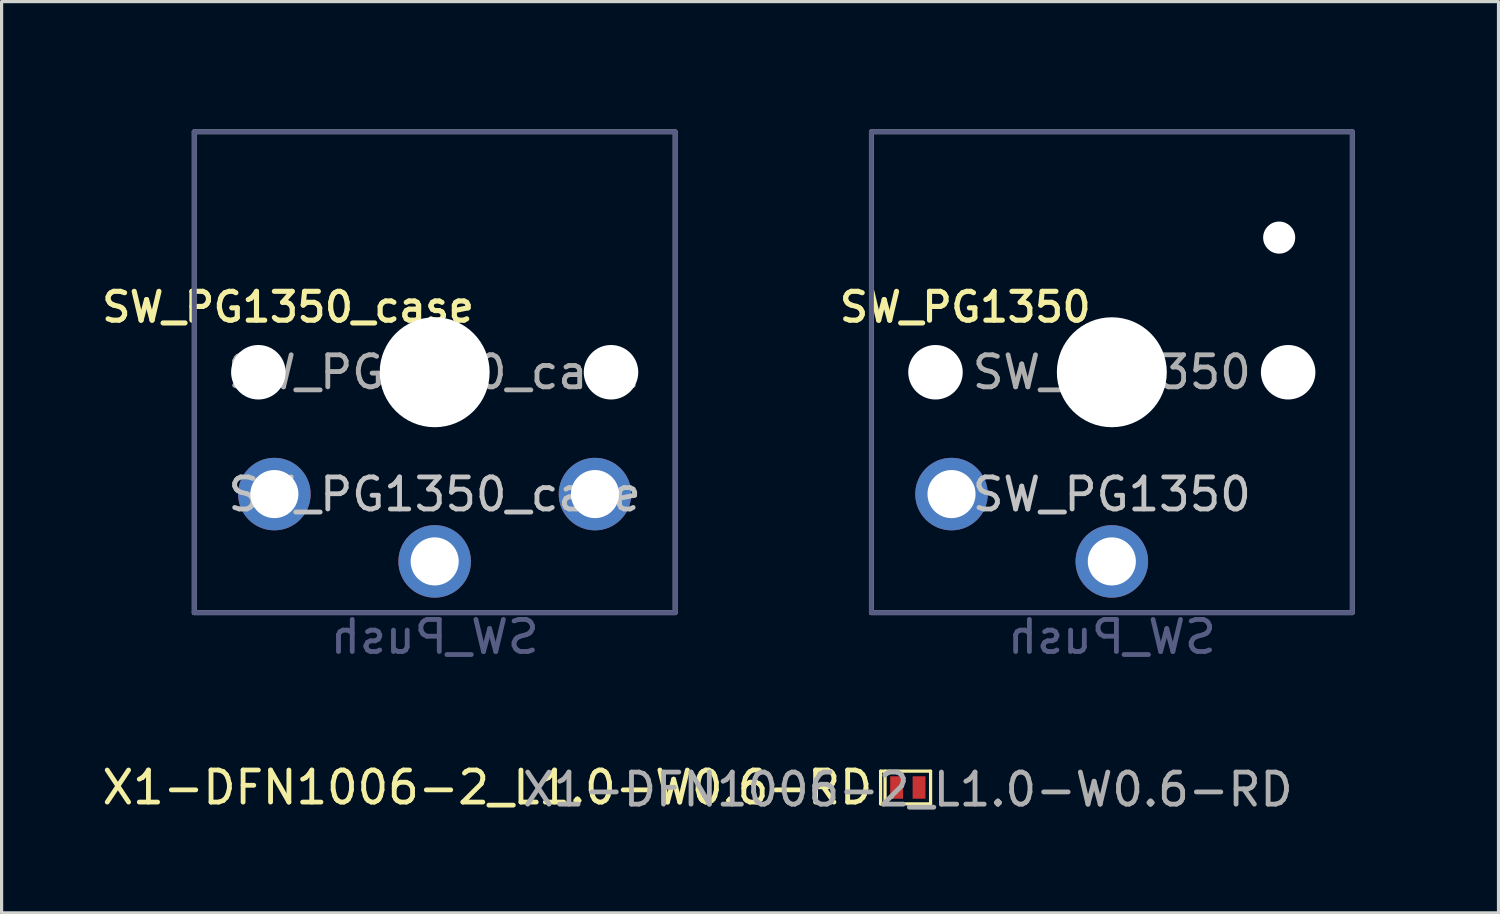
<source format=kicad_pcb>
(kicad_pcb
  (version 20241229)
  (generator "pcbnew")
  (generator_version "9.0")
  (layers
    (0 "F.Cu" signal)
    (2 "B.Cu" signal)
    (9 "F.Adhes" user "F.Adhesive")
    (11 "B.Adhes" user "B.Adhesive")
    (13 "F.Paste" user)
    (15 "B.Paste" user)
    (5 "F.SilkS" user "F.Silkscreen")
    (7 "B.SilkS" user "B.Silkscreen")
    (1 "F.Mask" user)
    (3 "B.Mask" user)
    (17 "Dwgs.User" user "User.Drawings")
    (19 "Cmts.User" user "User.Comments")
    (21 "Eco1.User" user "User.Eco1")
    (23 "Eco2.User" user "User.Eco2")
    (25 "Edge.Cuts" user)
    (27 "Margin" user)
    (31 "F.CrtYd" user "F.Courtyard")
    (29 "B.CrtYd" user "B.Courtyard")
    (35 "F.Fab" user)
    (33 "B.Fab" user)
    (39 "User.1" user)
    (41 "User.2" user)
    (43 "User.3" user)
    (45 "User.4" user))
  (footprint "X1-DFN1006-2_L1.0-W0.6-RD"
    (layer "F.Cu")
    (at 25.266 21.513)
    (property "Reference" "X1-DFN1006-2_L1.0-W0.6-RD" (at -1.016 0 0) (unlocked yes) (layer "F.SilkS") (effects (font (size 1 1) (thickness 0.15)) (justify right)))
    (attr smd)
    (fp_line (start -0.85 -0.51) (end -0.85 0.51) (stroke (width 0.1) (type solid)) (layer "F.SilkS"))
    (fp_line (start -0.85 -0.51) (end 0.71 -0.51) (stroke (width 0.1) (type solid)) (layer "F.SilkS"))
    (fp_line (start -0.85 0.51) (end 0.71 0.51) (stroke (width 0.1) (type solid)) (layer "F.SilkS"))
    (fp_line (start -0.71 -0.51) (end -0.71 0.51) (stroke (width 0.1) (type solid)) (layer "F.SilkS"))
    (fp_line (start 0.71 -0.51) (end 0.71 0.51) (stroke (width 0.1) (type solid)) (layer "F.SilkS"))
    (fp_circle (center -0.5 0.3) (end -0.47 0.3) (stroke (width 0.06) (type solid)) (fill no) (layer "F.Fab"))
    (fp_text user "${REFERENCE}" (at 0 0.064 0) (layer "F.Fab") (effects (font (size 1 1) (thickness 0.15))))
    (pad "1" smd rect (at -0.35 0) (size 0.4 0.7) (layers "F.Cu" "F.Mask" "F.Paste"))
    (pad "2" smd rect (at 0.35 0) (size 0.4 0.7) (layers "F.Cu" "F.Mask" "F.Paste")))
  (footprint "SW_PG1350_case"
    (layer "F.Cu")
    (at 10.508 8.561)
    (property "Reference" "SW_PG1350_case" (at 0 3.81 180) (layer "Dwgs.User") (effects (font (size 1 1) (thickness 0.15))))
    (property "Value" "SW_Push" (at -0.07 8.17 180) (layer "Dwgs.User") (hide yes) (effects (font (size 1 1) (thickness 0.15))))
    (attr through_hole exclude_from_pos_files)
    (fp_line (start -9 8.136) (end -8.994 -8.1) (stroke (width 0.12) (type solid)) (layer "Eco1.User"))
    (fp_line (start -8.63 -8.5) (end 8.6 -8.5) (stroke (width 0.12) (type solid)) (layer "Eco1.User"))
    (fp_line (start -8.6 8.5) (end 8.636 8.5) (stroke (width 0.12) (type solid)) (layer "Eco1.User"))
    (fp_line (start -2.6 -3.1) (end -2.6 -6.3) (stroke (width 0.15) (type solid)) (layer "Eco1.User"))
    (fp_line (start -2.6 -3.1) (end 2.6 -3.1) (stroke (width 0.15) (type solid)) (layer "Eco1.User"))
    (fp_line (start 2.6 -6.3) (end -2.6 -6.3) (stroke (width 0.15) (type solid)) (layer "Eco1.User"))
    (fp_line (start 2.6 -3.1) (end 2.6 -6.3) (stroke (width 0.15) (type solid)) (layer "Eco1.User"))
    (fp_line (start 9 8.1) (end 9 -8.136) (stroke (width 0.12) (type solid)) (layer "Eco1.User"))
    (fp_arc (start -8.994011 -8.099594) (mid -8.898745 -8.378652) (end -8.63 -8.5) (stroke (width 0.12) (type solid)) (layer "Eco1.User"))
    (fp_arc (start -8.6 8.49968) (mid -8.879058 8.404414) (end -9.000406 8.135669) (stroke (width 0.12) (type solid)) (layer "Eco1.User"))
    (fp_arc (start 8.599915 -8.5) (mid 8.878978 -8.404734) (end 9.000321 -8.135989) (stroke (width 0.12) (type solid)) (layer "Eco1.User"))
    (fp_arc (start 9 8.1) (mid 8.904724 8.37905) (end 8.635989 8.500406) (stroke (width 0.12) (type solid)) (layer "Eco1.User"))
    (fp_line (start -7.5 -7.5) (end 7.5 -7.5) (stroke (width 0.15) (type solid)) (layer "B.Fab"))
    (fp_line (start -7.5 7.5) (end -7.5 -7.5) (stroke (width 0.15) (type solid)) (layer "B.Fab"))
    (fp_line (start 7.5 -7.5) (end 7.5 7.5) (stroke (width 0.15) (type solid)) (layer "B.Fab"))
    (fp_line (start 7.5 7.5) (end -7.5 7.5) (stroke (width 0.15) (type solid)) (layer "B.Fab"))
    (fp_line (start -7.5 -7.5) (end 7.5 -7.5) (stroke (width 0.15) (type solid)) (layer "F.Fab"))
    (fp_line (start -7.5 7.5) (end -7.5 -7.5) (stroke (width 0.15) (type solid)) (layer "F.Fab"))
    (fp_line (start 7.5 -7.5) (end 7.5 7.5) (stroke (width 0.15) (type solid)) (layer "F.Fab"))
    (fp_line (start 7.5 7.5) (end -7.5 7.5) (stroke (width 0.15) (type solid)) (layer "F.Fab"))
    (fp_line (start -6.9 6.9) (end -6.9 -6.9) (stroke (width 0.15) (type solid)) (layer "User.2"))
    (fp_line (start -6.9 6.9) (end 6.9 6.9) (stroke (width 0.15) (type solid)) (layer "User.2"))
    (fp_line (start -6.858 -6.858) (end -6.858 -4.826) (stroke (width 0.12) (type solid)) (layer "User.2"))
    (fp_line (start -6.858 -6.858) (end -4.826 -6.858) (stroke (width 0.12) (type solid)) (layer "User.2"))
    (fp_line (start 6.858 -6.858) (end 4.826 -6.858) (stroke (width 0.12) (type solid)) (layer "User.2"))
    (fp_line (start 6.858 -6.858) (end 6.858 -4.826) (stroke (width 0.12) (type solid)) (layer "User.2"))
    (fp_line (start 6.9 -6.9) (end -6.9 -6.9) (stroke (width 0.15) (type solid)) (layer "User.2"))
    (fp_line (start 6.9 -6.9) (end 6.9 6.9) (stroke (width 0.15) (type solid)) (layer "User.2"))
    (fp_text user "${REFERENCE}" (at -4.572 -2.032 0) (layer "F.SilkS") (effects (font (size 0.9 0.9) (thickness 0.16))))
    (fp_text user "${VALUE}" (at 0 8.255 0) (layer "B.Fab") (effects (font (size 1 1) (thickness 0.15)) (justify mirror)))
    (fp_text user "${REFERENCE}" (at 0 0 180) (layer "F.Fab") (effects (font (size 1 1) (thickness 0.15))))
    (pad "" np_thru_hole circle (at -5.5 0) (size 1.7 1.7) (drill 1.7) (layers "*.Cu" "*.Mask"))
    (pad "" np_thru_hole circle (at 0 0) (size 3.429 3.429) (drill 3.429) (layers "*.Cu" "*.Mask"))
    (pad "" np_thru_hole circle (at 5.5 0) (size 1.7 1.7) (drill 1.7) (layers "*.Cu" "*.Mask"))
    (pad "1" thru_hole circle (at -5 3.8) (size 2.262 2.262) (drill 1.5) (layers "*.Cu" "*.Mask"))
    (pad "1" thru_hole circle (at 5 3.8) (size 2.262 2.262) (drill 1.5) (layers "*.Cu" "*.Mask"))
    (pad "2" thru_hole circle (at 0 5.9) (size 2.262 2.262) (drill 1.5) (layers "*.Cu" "*.Mask")))
  (footprint "SW_PG1350"
    (layer "F.Cu")
    (at 31.629 8.561)
    (property "Reference" "SW_PG1350" (at 0 3.81 180) (layer "Dwgs.User") (effects (font (size 1 1) (thickness 0.15))))
    (property "Value" "SW_Push" (at -0.07 8.17 180) (layer "Dwgs.User") (hide yes) (effects (font (size 1 1) (thickness 0.15))))
    (attr through_hole exclude_from_pos_files)
    (fp_line (start -9 8.136) (end -8.994 -8.1) (stroke (width 0.12) (type solid)) (layer "Eco1.User"))
    (fp_line (start -8.63 -8.5) (end 8.6 -8.5) (stroke (width 0.12) (type solid)) (layer "Eco1.User"))
    (fp_line (start -8.6 8.5) (end 8.636 8.5) (stroke (width 0.12) (type solid)) (layer "Eco1.User"))
    (fp_line (start -2.6 -3.1) (end -2.6 -6.3) (stroke (width 0.15) (type solid)) (layer "Eco1.User"))
    (fp_line (start -2.6 -3.1) (end 2.6 -3.1) (stroke (width 0.15) (type solid)) (layer "Eco1.User"))
    (fp_line (start 2.6 -6.3) (end -2.6 -6.3) (stroke (width 0.15) (type solid)) (layer "Eco1.User"))
    (fp_line (start 2.6 -3.1) (end 2.6 -6.3) (stroke (width 0.15) (type solid)) (layer "Eco1.User"))
    (fp_line (start 9 8.1) (end 9 -8.136) (stroke (width 0.12) (type solid)) (layer "Eco1.User"))
    (fp_arc (start -8.994011 -8.099594) (mid -8.898745 -8.378652) (end -8.63 -8.5) (stroke (width 0.12) (type solid)) (layer "Eco1.User"))
    (fp_arc (start -8.6 8.49968) (mid -8.879058 8.404414) (end -9.000406 8.135669) (stroke (width 0.12) (type solid)) (layer "Eco1.User"))
    (fp_arc (start 8.599915 -8.5) (mid 8.878978 -8.404734) (end 9.000321 -8.135989) (stroke (width 0.12) (type solid)) (layer "Eco1.User"))
    (fp_arc (start 9 8.1) (mid 8.904724 8.37905) (end 8.635989 8.500406) (stroke (width 0.12) (type solid)) (layer "Eco1.User"))
    (fp_line (start -7.5 -7.5) (end 7.5 -7.5) (stroke (width 0.15) (type solid)) (layer "B.Fab"))
    (fp_line (start -7.5 7.5) (end -7.5 -7.5) (stroke (width 0.15) (type solid)) (layer "B.Fab"))
    (fp_line (start 7.5 -7.5) (end 7.5 7.5) (stroke (width 0.15) (type solid)) (layer "B.Fab"))
    (fp_line (start 7.5 7.5) (end -7.5 7.5) (stroke (width 0.15) (type solid)) (layer "B.Fab"))
    (fp_line (start -7.5 -7.5) (end 7.5 -7.5) (stroke (width 0.15) (type solid)) (layer "F.Fab"))
    (fp_line (start -7.5 7.5) (end -7.5 -7.5) (stroke (width 0.15) (type solid)) (layer "F.Fab"))
    (fp_line (start 7.5 -7.5) (end 7.5 7.5) (stroke (width 0.15) (type solid)) (layer "F.Fab"))
    (fp_line (start 7.5 7.5) (end -7.5 7.5) (stroke (width 0.15) (type solid)) (layer "F.Fab"))
    (fp_line (start -6.9 6.9) (end -6.9 -6.9) (stroke (width 0.15) (type solid)) (layer "User.2"))
    (fp_line (start -6.9 6.9) (end 6.9 6.9) (stroke (width 0.15) (type solid)) (layer "User.2"))
    (fp_line (start -6.858 -6.858) (end -6.858 -4.826) (stroke (width 0.12) (type solid)) (layer "User.2"))
    (fp_line (start -6.858 -6.858) (end -4.826 -6.858) (stroke (width 0.12) (type solid)) (layer "User.2"))
    (fp_line (start 6.858 -6.858) (end 4.826 -6.858) (stroke (width 0.12) (type solid)) (layer "User.2"))
    (fp_line (start 6.858 -6.858) (end 6.858 -4.826) (stroke (width 0.12) (type solid)) (layer "User.2"))
    (fp_line (start 6.9 -6.9) (end -6.9 -6.9) (stroke (width 0.15) (type solid)) (layer "User.2"))
    (fp_line (start 6.9 -6.9) (end 6.9 6.9) (stroke (width 0.15) (type solid)) (layer "User.2"))
    (fp_text user "${REFERENCE}" (at -4.572 -2.032 0) (layer "F.SilkS") (effects (font (size 0.9 0.9) (thickness 0.16))))
    (fp_text user "${VALUE}" (at 0 8.255 0) (layer "B.Fab") (effects (font (size 1 1) (thickness 0.15)) (justify mirror)))
    (fp_text user "${REFERENCE}" (at 0 0 180) (layer "F.Fab") (effects (font (size 1 1) (thickness 0.15))))
    (pad "" np_thru_hole circle (at -5.5 0) (size 1.7 1.7) (drill 1.7) (layers "*.Cu" "*.Mask"))
    (pad "" np_thru_hole circle (at 0 0) (size 3.429 3.429) (drill 3.429) (layers "*.Cu" "*.Mask"))
    (pad "" np_thru_hole circle (at 5.22 -4.2) (size 1 1) (drill 1) (layers "*.Cu" "*.Mask"))
    (pad "" np_thru_hole circle (at 5.5 0) (size 1.7 1.7) (drill 1.7) (layers "*.Cu" "*.Mask"))
    (pad "1" thru_hole circle (at -5 3.8) (size 2.262 2.262) (drill 1.5) (layers "*.Cu" "*.Mask"))
    (pad "2" thru_hole circle (at 0 5.9) (size 2.262 2.262) (drill 1.5) (layers "*.Cu" "*.Mask")))
  (gr_rect
    (start -3 -3)
    (end 43.69 25.424)
    (stroke (width 0.1) (type default))
    (fill no)
    (layer "Edge.Cuts")))
</source>
